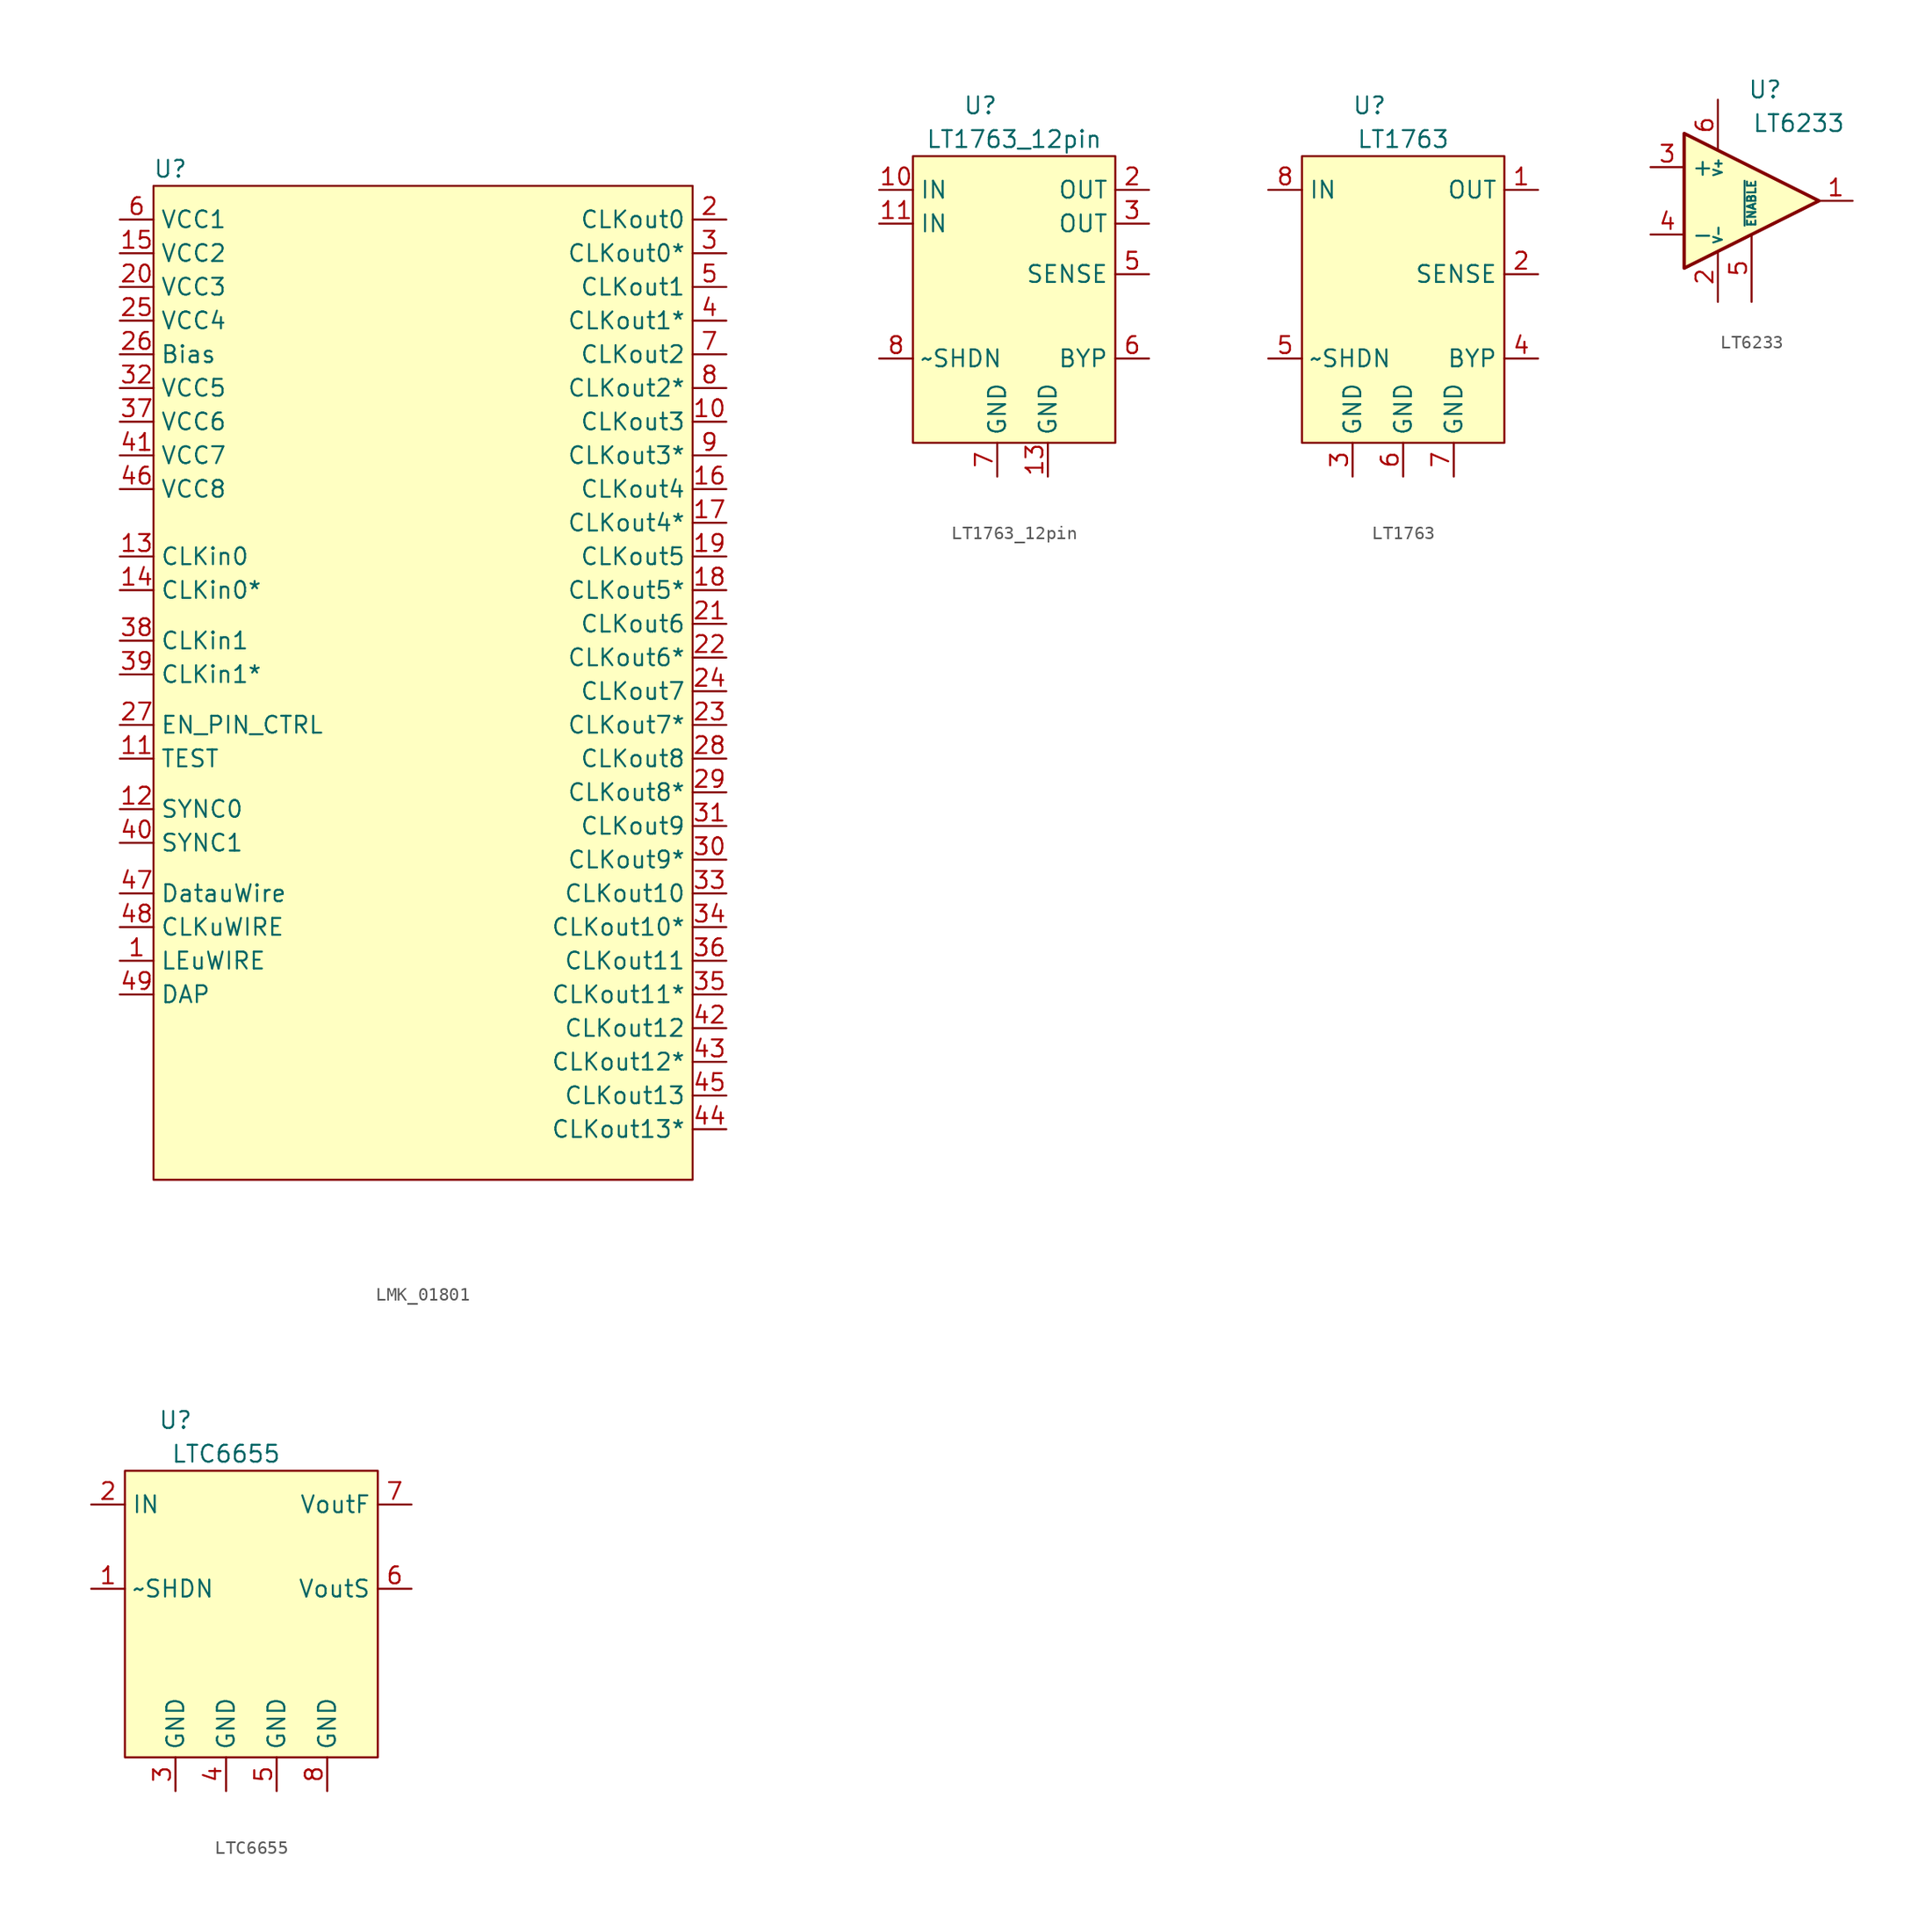
<source format=kicad_sym>
(kicad_symbol_lib
  (version 20241209)
  (generator "kicad_symbol_editor")
  (generator_version "9.0")
  (symbol "LMK_01801"
    (property "Reference" "U"
      (at 1.27 1.27 0)
      (effects (font (size 1.27 1.27))))
    (property "Value" ""
      (at 0 0 0)
      (effects (font (size 1.27 1.27))))
    (symbol "LMK_01801_0_1"
      (rectangle (start 0 0) (end 40.64 -74.93) (stroke (width 0) (type default)) (fill (type background))))
    (symbol "LMK_01801_1_1"
      (pin input line (at -2.54 -2.54 0) (length 2.54) (name "VCC1" (effects (font (size 1.27 1.27)))) (number "6" (effects (font (size 1.27 1.27)))))
      (pin input line (at -2.54 -5.08 0) (length 2.54) (name "VCC2" (effects (font (size 1.27 1.27)))) (number "15" (effects (font (size 1.27 1.27)))))
      (pin input line (at -2.54 -7.62 0) (length 2.54) (name "VCC3" (effects (font (size 1.27 1.27)))) (number "20" (effects (font (size 1.27 1.27)))))
      (pin input line (at -2.54 -10.16 0) (length 2.54) (name "VCC4" (effects (font (size 1.27 1.27)))) (number "25" (effects (font (size 1.27 1.27)))))
      (pin input line (at -2.54 -12.7 0) (length 2.54) (name "Bias" (effects (font (size 1.27 1.27)))) (number "26" (effects (font (size 1.27 1.27)))))
      (pin input line (at -2.54 -15.24 0) (length 2.54) (name "VCC5" (effects (font (size 1.27 1.27)))) (number "32" (effects (font (size 1.27 1.27)))))
      (pin input line (at -2.54 -17.78 0) (length 2.54) (name "VCC6" (effects (font (size 1.27 1.27)))) (number "37" (effects (font (size 1.27 1.27)))))
      (pin input line (at -2.54 -20.32 0) (length 2.54) (name "VCC7" (effects (font (size 1.27 1.27)))) (number "41" (effects (font (size 1.27 1.27)))))
      (pin input line (at -2.54 -22.86 0) (length 2.54) (name "VCC8" (effects (font (size 1.27 1.27)))) (number "46" (effects (font (size 1.27 1.27)))))
      (pin input line (at -2.54 -27.94 0) (length 2.54) (name "CLKin0" (effects (font (size 1.27 1.27)))) (number "13" (effects (font (size 1.27 1.27)))))
      (pin input line (at -2.54 -30.48 0) (length 2.54) (name "CLKin0*" (effects (font (size 1.27 1.27)))) (number "14" (effects (font (size 1.27 1.27)))))
      (pin input line (at -2.54 -34.29 0) (length 2.54) (name "CLKin1" (effects (font (size 1.27 1.27)))) (number "38" (effects (font (size 1.27 1.27)))))
      (pin input line (at -2.54 -36.83 0) (length 2.54) (name "CLKin1*" (effects (font (size 1.27 1.27)))) (number "39" (effects (font (size 1.27 1.27)))))
      (pin passive line (at -2.54 -40.64 0) (length 2.54) (name "EN_PIN_CTRL" (effects (font (size 1.27 1.27)))) (number "27" (effects (font (size 1.27 1.27)))))
      (pin passive line (at -2.54 -43.18 0) (length 2.54) (name "TEST" (effects (font (size 1.27 1.27)))) (number "11" (effects (font (size 1.27 1.27)))))
      (pin passive line (at -2.54 -46.99 0) (length 2.54) (name "SYNC0" (effects (font (size 1.27 1.27)))) (number "12" (effects (font (size 1.27 1.27)))))
      (pin passive line (at -2.54 -49.53 0) (length 2.54) (name "SYNC1" (effects (font (size 1.27 1.27)))) (number "40" (effects (font (size 1.27 1.27)))))
      (pin passive line (at -2.54 -53.34 0) (length 2.54) (name "DatauWire" (effects (font (size 1.27 1.27)))) (number "47" (effects (font (size 1.27 1.27)))))
      (pin passive line (at -2.54 -55.88 0) (length 2.54) (name "CLKuWIRE" (effects (font (size 1.27 1.27)))) (number "48" (effects (font (size 1.27 1.27)))))
      (pin passive line (at -2.54 -58.42 0) (length 2.54) (name "LEuWIRE" (effects (font (size 1.27 1.27)))) (number "1" (effects (font (size 1.27 1.27)))))
      (pin passive line (at -2.54 -60.96 0) (length 2.54) (name "DAP" (effects (font (size 1.27 1.27)))) (number "49" (effects (font (size 1.27 1.27)))))
      (pin input line (at 43.18 -2.54 180) (length 2.54) (name "CLKout0" (effects (font (size 1.27 1.27)))) (number "2" (effects (font (size 1.27 1.27)))))
      (pin input line (at 43.18 -5.08 180) (length 2.54) (name "CLKout0*" (effects (font (size 1.27 1.27)))) (number "3" (effects (font (size 1.27 1.27)))))
      (pin input line (at 43.18 -7.62 180) (length 2.54) (name "CLKout1" (effects (font (size 1.27 1.27)))) (number "5" (effects (font (size 1.27 1.27)))))
      (pin input line (at 43.18 -10.16 180) (length 2.54) (name "CLKout1*" (effects (font (size 1.27 1.27)))) (number "4" (effects (font (size 1.27 1.27)))))
      (pin input line (at 43.18 -12.7 180) (length 2.54) (name "CLKout2" (effects (font (size 1.27 1.27)))) (number "7" (effects (font (size 1.27 1.27)))))
      (pin input line (at 43.18 -15.24 180) (length 2.54) (name "CLKout2*" (effects (font (size 1.27 1.27)))) (number "8" (effects (font (size 1.27 1.27)))))
      (pin input line (at 43.18 -17.78 180) (length 2.54) (name "CLKout3" (effects (font (size 1.27 1.27)))) (number "10" (effects (font (size 1.27 1.27)))))
      (pin input line (at 43.18 -20.32 180) (length 2.54) (name "CLKout3*" (effects (font (size 1.27 1.27)))) (number "9" (effects (font (size 1.27 1.27)))))
      (pin input line (at 43.18 -22.86 180) (length 2.54) (name "CLKout4" (effects (font (size 1.27 1.27)))) (number "16" (effects (font (size 1.27 1.27)))))
      (pin input line (at 43.18 -25.4 180) (length 2.54) (name "CLKout4*" (effects (font (size 1.27 1.27)))) (number "17" (effects (font (size 1.27 1.27)))))
      (pin input line (at 43.18 -27.94 180) (length 2.54) (name "CLKout5" (effects (font (size 1.27 1.27)))) (number "19" (effects (font (size 1.27 1.27)))))
      (pin input line (at 43.18 -30.48 180) (length 2.54) (name "CLKout5*" (effects (font (size 1.27 1.27)))) (number "18" (effects (font (size 1.27 1.27)))))
      (pin input line (at 43.18 -33.02 180) (length 2.54) (name "CLKout6" (effects (font (size 1.27 1.27)))) (number "21" (effects (font (size 1.27 1.27)))))
      (pin input line (at 43.18 -35.56 180) (length 2.54) (name "CLKout6*" (effects (font (size 1.27 1.27)))) (number "22" (effects (font (size 1.27 1.27)))))
      (pin input line (at 43.18 -38.1 180) (length 2.54) (name "CLKout7" (effects (font (size 1.27 1.27)))) (number "24" (effects (font (size 1.27 1.27)))))
      (pin input line (at 43.18 -40.64 180) (length 2.54) (name "CLKout7*" (effects (font (size 1.27 1.27)))) (number "23" (effects (font (size 1.27 1.27)))))
      (pin input line (at 43.18 -43.18 180) (length 2.54) (name "CLKout8" (effects (font (size 1.27 1.27)))) (number "28" (effects (font (size 1.27 1.27)))))
      (pin input line (at 43.18 -45.72 180) (length 2.54) (name "CLKout8*" (effects (font (size 1.27 1.27)))) (number "29" (effects (font (size 1.27 1.27)))))
      (pin input line (at 43.18 -48.26 180) (length 2.54) (name "CLKout9" (effects (font (size 1.27 1.27)))) (number "31" (effects (font (size 1.27 1.27)))))
      (pin input line (at 43.18 -50.8 180) (length 2.54) (name "CLKout9*" (effects (font (size 1.27 1.27)))) (number "30" (effects (font (size 1.27 1.27)))))
      (pin input line (at 43.18 -53.34 180) (length 2.54) (name "CLKout10" (effects (font (size 1.27 1.27)))) (number "33" (effects (font (size 1.27 1.27)))))
      (pin input line (at 43.18 -55.88 180) (length 2.54) (name "CLKout10*" (effects (font (size 1.27 1.27)))) (number "34" (effects (font (size 1.27 1.27)))))
      (pin input line (at 43.18 -58.42 180) (length 2.54) (name "CLKout11" (effects (font (size 1.27 1.27)))) (number "36" (effects (font (size 1.27 1.27)))))
      (pin input line (at 43.18 -60.96 180) (length 2.54) (name "CLKout11*" (effects (font (size 1.27 1.27)))) (number "35" (effects (font (size 1.27 1.27)))))
      (pin input line (at 43.18 -63.5 180) (length 2.54) (name "CLKout12" (effects (font (size 1.27 1.27)))) (number "42" (effects (font (size 1.27 1.27)))))
      (pin input line (at 43.18 -66.04 180) (length 2.54) (name "CLKout12*" (effects (font (size 1.27 1.27)))) (number "43" (effects (font (size 1.27 1.27)))))
      (pin input line (at 43.18 -68.58 180) (length 2.54) (name "CLKout13" (effects (font (size 1.27 1.27)))) (number "45" (effects (font (size 1.27 1.27)))))
      (pin input line (at 43.18 -71.12 180) (length 2.54) (name "CLKout13*" (effects (font (size 1.27 1.27)))) (number "44" (effects (font (size 1.27 1.27)))))))
  (symbol "LT1763_12pin"
    (property "Reference" "U"
      (at 5.08 3.81 0)
      (effects (font (size 1.27 1.27))))
    (property "Value" "LT1763_12pin"
      (at 7.62 1.27 0)
      (effects (font (size 1.27 1.27))))
    (symbol "LT1763_12pin_0_1"
      (rectangle (start 0 0) (end 15.24 -21.59) (stroke (width 0) (type default)) (fill (type background))))
    (symbol "LT1763_12pin_1_1"
      (pin passive line (at -2.54 -2.54 0) (length 2.54) (name "IN" (effects (font (size 1.27 1.27)))) (number "10" (effects (font (size 1.27 1.27)))))
      (pin passive line (at -2.54 -5.08 0) (length 2.54) (name "IN" (effects (font (size 1.27 1.27)))) (number "11" (effects (font (size 1.27 1.27)))))
      (pin passive line (at -2.54 -15.24 0) (length 2.54) (name "~SHDN" (effects (font (size 1.27 1.27)))) (number "8" (effects (font (size 1.27 1.27)))))
      (pin passive line (at 6.35 -24.13 90) (length 2.54) (name "GND" (effects (font (size 1.27 1.27)))) (number "7" (effects (font (size 1.27 1.27)))))
      (pin passive line (at 10.16 -24.13 90) (length 2.54) (name "GND" (effects (font (size 1.27 1.27)))) (number "13" (effects (font (size 1.27 1.27)))))
      (pin output line (at 17.78 -2.54 180) (length 2.54) (name "OUT" (effects (font (size 1.27 1.27)))) (number "2" (effects (font (size 1.27 1.27)))))
      (pin output line (at 17.78 -5.08 180) (length 2.54) (name "OUT" (effects (font (size 1.27 1.27)))) (number "3" (effects (font (size 1.27 1.27)))))
      (pin passive line (at 17.78 -8.89 180) (length 2.54) (name "SENSE" (effects (font (size 1.27 1.27)))) (number "5" (effects (font (size 1.27 1.27)))))
      (pin passive line (at 17.78 -15.24 180) (length 2.54) (name "BYP" (effects (font (size 1.27 1.27)))) (number "6" (effects (font (size 1.27 1.27)))))))
  (symbol "LT1763"
    (property "Reference" "U"
      (at 5.08 3.81 0)
      (effects (font (size 1.27 1.27))))
    (property "Value" "LT1763"
      (at 7.62 1.27 0)
      (effects (font (size 1.27 1.27))))
    (symbol "LT1763_0_1"
      (rectangle (start 0 0) (end 15.24 -21.59) (stroke (width 0) (type default)) (fill (type background))))
    (symbol "LT1763_1_1"
      (pin input line (at -2.54 -2.54 0) (length 2.54) (name "IN" (effects (font (size 1.27 1.27)))) (number "8" (effects (font (size 1.27 1.27)))))
      (pin passive line (at -2.54 -15.24 0) (length 2.54) (name "~SHDN" (effects (font (size 1.27 1.27)))) (number "5" (effects (font (size 1.27 1.27)))))
      (pin passive line (at 3.81 -24.13 90) (length 2.54) (name "GND" (effects (font (size 1.27 1.27)))) (number "3" (effects (font (size 1.27 1.27)))))
      (pin passive line (at 7.62 -24.13 90) (length 2.54) (name "GND" (effects (font (size 1.27 1.27)))) (number "6" (effects (font (size 1.27 1.27)))))
      (pin passive line (at 11.43 -24.13 90) (length 2.54) (name "GND" (effects (font (size 1.27 1.27)))) (number "7" (effects (font (size 1.27 1.27)))))
      (pin output line (at 17.78 -2.54 180) (length 2.54) (name "OUT" (effects (font (size 1.27 1.27)))) (number "1" (effects (font (size 1.27 1.27)))))
      (pin passive line (at 17.78 -8.89 180) (length 2.54) (name "SENSE" (effects (font (size 1.27 1.27)))) (number "2" (effects (font (size 1.27 1.27)))))
      (pin passive line (at 17.78 -15.24 180) (length 2.54) (name "BYP" (effects (font (size 1.27 1.27)))) (number "4" (effects (font (size 1.27 1.27)))))))
  (symbol "LT6233"
    (property "Reference" "U"
      (at 6.096 3.302 0)
      (effects (font (size 1.27 1.27))))
    (property "Value" "LT6233"
      (at 8.636 0.762 0)
      (effects (font (size 1.27 1.27))))
    (symbol "LT6233_1_1"
      (polyline (pts (xy 0 0) (xy 10.16 -5.08) (xy 0 -10.16) (xy 0 0)) (stroke (width 0.254) (type default)) (fill (type background)))
      (pin input line (at -2.54 -2.54 0) (length 2.54) (name "+" (effects (font (size 1.27 1.27)))) (number "3" (effects (font (size 1.27 1.27)))))
      (pin input line (at -2.54 -7.62 0) (length 2.54) (name "-" (effects (font (size 1.27 1.27)))) (number "4" (effects (font (size 1.27 1.27)))))
      (pin power_in line (at 2.54 2.54 270) (length 3.81) (name "V+" (effects (font (size 0.635 0.635)))) (number "6" (effects (font (size 1.27 1.27)))))
      (pin power_in line (at 2.54 -12.7 90) (length 3.81) (name "V-" (effects (font (size 0.635 0.635)))) (number "2" (effects (font (size 1.27 1.27)))))
      (pin input line (at 5.08 -12.7 90) (length 5.08) (name "~{ENABLE}" (effects (font (size 0.635 0.635)))) (number "5" (effects (font (size 1.27 1.27)))))
      (pin output line (at 12.7 -5.08 180) (length 2.54) (name "~" (effects (font (size 1.27 1.27)))) (number "1" (effects (font (size 1.27 1.27)))))))
  (symbol "LTC6655"
    (property "Reference" "U"
      (at -3.81 3.81 0)
      (effects (font (size 1.27 1.27))))
    (property "Value" "LTC6655"
      (at 0 1.27 0)
      (effects (font (size 1.27 1.27))))
    (symbol "LTC6655_0_1"
      (rectangle (start -7.62 0) (end 11.43 -21.59) (stroke (width 0) (type default)) (fill (type background))))
    (symbol "LTC6655_1_1"
      (pin input line (at -10.16 -2.54 0) (length 2.54) (name "IN" (effects (font (size 1.27 1.27)))) (number "2" (effects (font (size 1.27 1.27)))))
      (pin passive line (at -10.16 -8.89 0) (length 2.54) (name "~SHDN" (effects (font (size 1.27 1.27)))) (number "1" (effects (font (size 1.27 1.27)))))
      (pin passive line (at -3.81 -24.13 90) (length 2.54) (name "GND" (effects (font (size 1.27 1.27)))) (number "3" (effects (font (size 1.27 1.27)))))
      (pin passive line (at 0 -24.13 90) (length 2.54) (name "GND" (effects (font (size 1.27 1.27)))) (number "4" (effects (font (size 1.27 1.27)))))
      (pin passive line (at 3.81 -24.13 90) (length 2.54) (name "GND" (effects (font (size 1.27 1.27)))) (number "5" (effects (font (size 1.27 1.27)))))
      (pin passive line (at 7.62 -24.13 90) (length 2.54) (name "GND" (effects (font (size 1.27 1.27)))) (number "8" (effects (font (size 1.27 1.27)))))
      (pin output line (at 13.97 -2.54 180) (length 2.54) (name "VoutF" (effects (font (size 1.27 1.27)))) (number "7" (effects (font (size 1.27 1.27)))))
      (pin output line (at 13.97 -8.89 180) (length 2.54) (name "VoutS" (effects (font (size 1.27 1.27)))) (number "6" (effects (font (size 1.27 1.27))))))))
</source>
